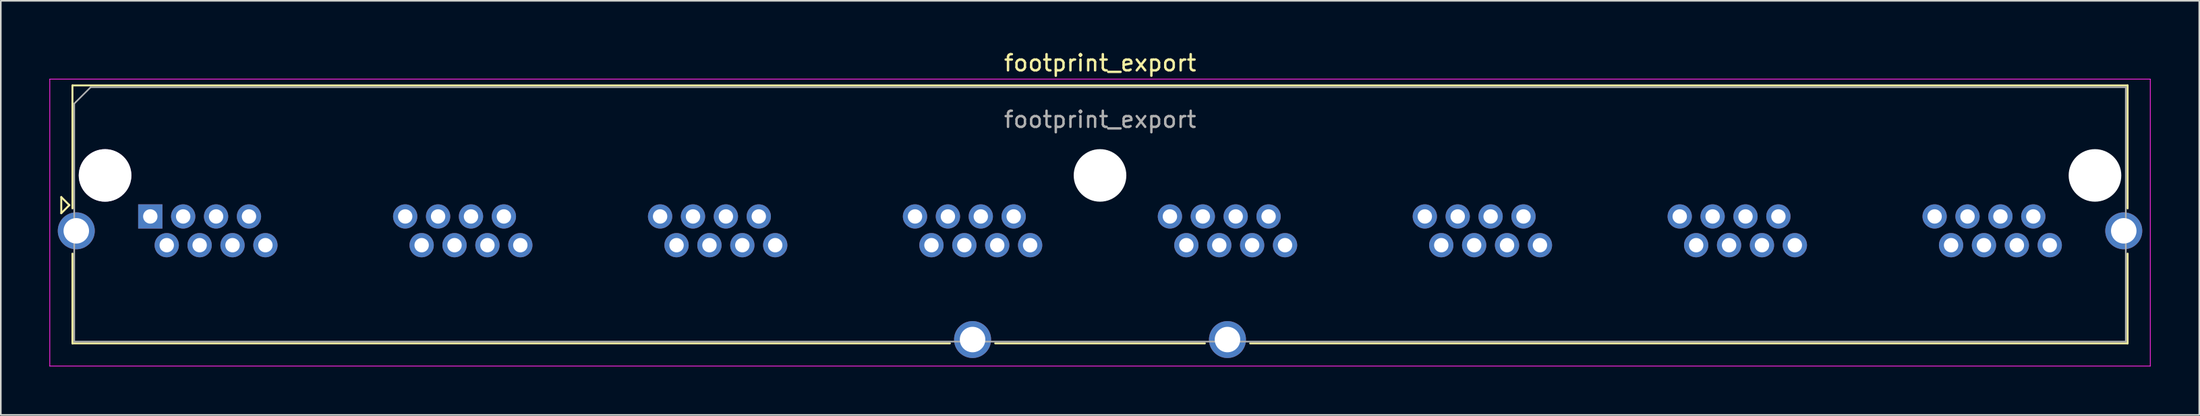
<source format=kicad_pcb>
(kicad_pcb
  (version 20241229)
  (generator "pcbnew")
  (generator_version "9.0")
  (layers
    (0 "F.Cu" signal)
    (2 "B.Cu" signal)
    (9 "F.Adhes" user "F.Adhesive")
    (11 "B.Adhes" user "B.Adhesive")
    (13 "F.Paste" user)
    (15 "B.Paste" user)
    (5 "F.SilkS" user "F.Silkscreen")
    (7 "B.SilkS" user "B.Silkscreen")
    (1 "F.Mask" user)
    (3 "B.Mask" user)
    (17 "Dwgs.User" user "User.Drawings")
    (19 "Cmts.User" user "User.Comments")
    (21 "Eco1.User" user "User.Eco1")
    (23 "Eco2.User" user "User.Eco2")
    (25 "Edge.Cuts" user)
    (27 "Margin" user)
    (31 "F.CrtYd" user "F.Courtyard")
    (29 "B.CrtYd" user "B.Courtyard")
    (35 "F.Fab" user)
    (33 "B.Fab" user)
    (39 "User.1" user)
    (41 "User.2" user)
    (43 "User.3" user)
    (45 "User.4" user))
  (footprint "footprint_export"
    (layer "F.Cu")
    (at 6.235 10.348)
    (property "Reference" "footprint_export" (at 58.68 -9.5 0) (layer "F.SilkS") (effects (font (size 1 1) (thickness 0.15))))
    (attr through_hole)
    (fp_line (start -5.5 -1.2) (end -5 -0.7) (stroke (width 0.12) (type solid)) (layer "F.SilkS"))
    (fp_line (start -5.5 -0.2) (end -5.5 -1.2) (stroke (width 0.12) (type solid)) (layer "F.SilkS"))
    (fp_line (start -5 -0.7) (end -5.5 -0.2) (stroke (width 0.12) (type solid)) (layer "F.SilkS"))
    (fp_line (start -4.809 -8.111) (end -4.809 -0.5) (stroke (width 0.12) (type solid)) (layer "F.SilkS"))
    (fp_line (start -4.809 7.857) (end 49.4 7.857) (stroke (width 0.12) (type solid)) (layer "F.SilkS"))
    (fp_line (start -4.809 7.86) (end -4.809 2.3) (stroke (width 0.12) (type solid)) (layer "F.SilkS"))
    (fp_line (start -4.805 -8.111) (end 122.157 -8.111) (stroke (width 0.12) (type solid)) (layer "F.SilkS"))
    (fp_line (start 52.2 7.857) (end 65.15 7.857) (stroke (width 0.12) (type solid)) (layer "F.SilkS"))
    (fp_line (start 67.95 7.857) (end 122.157 7.857) (stroke (width 0.12) (type solid)) (layer "F.SilkS"))
    (fp_line (start 122.157 -8.111) (end 122.157 -0.5) (stroke (width 0.12) (type solid)) (layer "F.SilkS"))
    (fp_line (start 122.157 7.857) (end 122.157 2.3) (stroke (width 0.12) (type solid)) (layer "F.SilkS"))
    (fp_line (start -6.21 -8.5) (end -6.21 9.26) (stroke (width 0.05) (type solid)) (layer "F.CrtYd"))
    (fp_line (start -6.21 -8.5) (end 123.56 -8.5) (stroke (width 0.05) (type solid)) (layer "F.CrtYd"))
    (fp_line (start -6.21 9.26) (end 123.56 9.26) (stroke (width 0.05) (type solid)) (layer "F.CrtYd"))
    (fp_line (start 123.56 -8.5) (end 123.56 9.26) (stroke (width 0.05) (type solid)) (layer "F.CrtYd"))
    (fp_line (start -4.699 -6.985) (end -4.699 7.747) (stroke (width 0.1) (type solid)) (layer "F.Fab"))
    (fp_line (start -4.699 -6.985) (end -3.683 -8.001) (stroke (width 0.1) (type solid)) (layer "F.Fab"))
    (fp_line (start -4.699 7.747) (end 122.047 7.747) (stroke (width 0.1) (type solid)) (layer "F.Fab"))
    (fp_line (start -3.683 -8.001) (end 122.047 -8.001) (stroke (width 0.1) (type solid)) (layer "F.Fab"))
    (fp_line (start 122.047 -8) (end 122.047 7.75) (stroke (width 0.1) (type solid)) (layer "F.Fab"))
    (fp_text user "${REFERENCE}" (at 58.68 -6 0) (layer "F.Fab") (effects (font (size 1 1) (thickness 0.15))))
    (pad "" np_thru_hole circle (at -2.794 -2.54) (size 3.251 3.251) (drill 3.25) (layers "*.Cu" "*.Mask"))
    (pad "" np_thru_hole circle (at 58.674 -2.54) (size 3.251 3.251) (drill 3.251) (layers "*.Cu" "*.Mask"))
    (pad "" np_thru_hole circle (at 120.142 -2.54) (size 3.251 3.251) (drill 3.251) (layers "*.Cu" "*.Mask"))
    (pad "1" thru_hole rect (at 0 0) (size 1.499 1.499) (drill 0.889) (layers "*.Cu" "*.Mask"))
    (pad "2" thru_hole circle (at 1.016 1.778) (size 1.499 1.499) (drill 0.889) (layers "*.Cu" "*.Mask"))
    (pad "3" thru_hole circle (at 2.032 0) (size 1.499 1.499) (drill 0.889) (layers "*.Cu" "*.Mask"))
    (pad "4" thru_hole circle (at 3.048 1.778) (size 1.499 1.499) (drill 0.889) (layers "*.Cu" "*.Mask"))
    (pad "5" thru_hole circle (at 4.064 0) (size 1.499 1.499) (drill 0.889) (layers "*.Cu" "*.Mask"))
    (pad "6" thru_hole circle (at 5.08 1.778) (size 1.499 1.499) (drill 0.889) (layers "*.Cu" "*.Mask"))
    (pad "7" thru_hole circle (at 6.096 0) (size 1.499 1.499) (drill 0.889) (layers "*.Cu" "*.Mask"))
    (pad "8" thru_hole circle (at 7.112 1.778) (size 1.499 1.499) (drill 0.889) (layers "*.Cu" "*.Mask"))
    (pad "9" thru_hole circle (at 15.748 0) (size 1.499 1.499) (drill 0.889) (layers "*.Cu" "*.Mask"))
    (pad "10" thru_hole circle (at 16.764 1.778) (size 1.499 1.499) (drill 0.889) (layers "*.Cu" "*.Mask"))
    (pad "11" thru_hole circle (at 17.78 0) (size 1.499 1.499) (drill 0.889) (layers "*.Cu" "*.Mask"))
    (pad "12" thru_hole circle (at 18.796 1.778) (size 1.499 1.499) (drill 0.889) (layers "*.Cu" "*.Mask"))
    (pad "13" thru_hole circle (at 19.812 0) (size 1.499 1.499) (drill 0.889) (layers "*.Cu" "*.Mask"))
    (pad "14" thru_hole circle (at 20.828 1.778) (size 1.499 1.499) (drill 0.889) (layers "*.Cu" "*.Mask"))
    (pad "15" thru_hole circle (at 21.844 0) (size 1.499 1.499) (drill 0.889) (layers "*.Cu" "*.Mask"))
    (pad "16" thru_hole circle (at 22.86 1.778) (size 1.499 1.499) (drill 0.889) (layers "*.Cu" "*.Mask"))
    (pad "17" thru_hole circle (at 31.496 0) (size 1.499 1.499) (drill 0.889) (layers "*.Cu" "*.Mask"))
    (pad "18" thru_hole circle (at 32.512 1.778) (size 1.499 1.499) (drill 0.889) (layers "*.Cu" "*.Mask"))
    (pad "19" thru_hole circle (at 33.528 0) (size 1.499 1.499) (drill 0.889) (layers "*.Cu" "*.Mask"))
    (pad "20" thru_hole circle (at 34.544 1.778) (size 1.499 1.499) (drill 0.889) (layers "*.Cu" "*.Mask"))
    (pad "21" thru_hole circle (at 35.56 0) (size 1.499 1.499) (drill 0.889) (layers "*.Cu" "*.Mask"))
    (pad "22" thru_hole circle (at 36.576 1.778) (size 1.499 1.499) (drill 0.889) (layers "*.Cu" "*.Mask"))
    (pad "23" thru_hole circle (at 37.592 0) (size 1.499 1.499) (drill 0.889) (layers "*.Cu" "*.Mask"))
    (pad "24" thru_hole circle (at 38.608 1.778) (size 1.499 1.499) (drill 0.889) (layers "*.Cu" "*.Mask"))
    (pad "25" thru_hole circle (at 47.244 0) (size 1.499 1.499) (drill 0.889) (layers "*.Cu" "*.Mask"))
    (pad "26" thru_hole circle (at 48.26 1.778) (size 1.499 1.499) (drill 0.889) (layers "*.Cu" "*.Mask"))
    (pad "27" thru_hole circle (at 49.276 0) (size 1.499 1.499) (drill 0.889) (layers "*.Cu" "*.Mask"))
    (pad "28" thru_hole circle (at 50.292 1.778) (size 1.499 1.499) (drill 0.889) (layers "*.Cu" "*.Mask"))
    (pad "29" thru_hole circle (at 51.308 0) (size 1.499 1.499) (drill 0.889) (layers "*.Cu" "*.Mask"))
    (pad "30" thru_hole circle (at 52.324 1.778) (size 1.499 1.499) (drill 0.889) (layers "*.Cu" "*.Mask"))
    (pad "31" thru_hole circle (at 53.34 0) (size 1.499 1.499) (drill 0.889) (layers "*.Cu" "*.Mask"))
    (pad "32" thru_hole circle (at 54.356 1.778) (size 1.499 1.499) (drill 0.889) (layers "*.Cu" "*.Mask"))
    (pad "33" thru_hole circle (at 62.992 0) (size 1.499 1.499) (drill 0.889) (layers "*.Cu" "*.Mask"))
    (pad "34" thru_hole circle (at 64.008 1.778) (size 1.499 1.499) (drill 0.889) (layers "*.Cu" "*.Mask"))
    (pad "35" thru_hole circle (at 65.024 0) (size 1.499 1.499) (drill 0.889) (layers "*.Cu" "*.Mask"))
    (pad "36" thru_hole circle (at 66.04 1.778) (size 1.499 1.499) (drill 0.889) (layers "*.Cu" "*.Mask"))
    (pad "37" thru_hole circle (at 67.056 0) (size 1.499 1.499) (drill 0.889) (layers "*.Cu" "*.Mask"))
    (pad "38" thru_hole circle (at 68.072 1.778) (size 1.499 1.499) (drill 0.889) (layers "*.Cu" "*.Mask"))
    (pad "39" thru_hole circle (at 69.088 0) (size 1.499 1.499) (drill 0.889) (layers "*.Cu" "*.Mask"))
    (pad "40" thru_hole circle (at 70.104 1.778) (size 1.499 1.499) (drill 0.889) (layers "*.Cu" "*.Mask"))
    (pad "41" thru_hole circle (at 78.74 0) (size 1.499 1.499) (drill 0.889) (layers "*.Cu" "*.Mask"))
    (pad "42" thru_hole circle (at 79.756 1.778) (size 1.499 1.499) (drill 0.889) (layers "*.Cu" "*.Mask"))
    (pad "43" thru_hole circle (at 80.772 0) (size 1.499 1.499) (drill 0.889) (layers "*.Cu" "*.Mask"))
    (pad "44" thru_hole circle (at 81.788 1.778) (size 1.499 1.499) (drill 0.889) (layers "*.Cu" "*.Mask"))
    (pad "45" thru_hole circle (at 82.804 0) (size 1.499 1.499) (drill 0.889) (layers "*.Cu" "*.Mask"))
    (pad "46" thru_hole circle (at 83.82 1.778) (size 1.499 1.499) (drill 0.889) (layers "*.Cu" "*.Mask"))
    (pad "47" thru_hole circle (at 84.836 0) (size 1.499 1.499) (drill 0.889) (layers "*.Cu" "*.Mask"))
    (pad "48" thru_hole circle (at 85.852 1.778) (size 1.499 1.499) (drill 0.889) (layers "*.Cu" "*.Mask"))
    (pad "49" thru_hole circle (at 94.488 0) (size 1.499 1.499) (drill 0.889) (layers "*.Cu" "*.Mask"))
    (pad "50" thru_hole circle (at 95.504 1.778) (size 1.499 1.499) (drill 0.889) (layers "*.Cu" "*.Mask"))
    (pad "51" thru_hole circle (at 96.52 0) (size 1.499 1.499) (drill 0.889) (layers "*.Cu" "*.Mask"))
    (pad "52" thru_hole circle (at 97.536 1.778) (size 1.499 1.499) (drill 0.889) (layers "*.Cu" "*.Mask"))
    (pad "53" thru_hole circle (at 98.552 0) (size 1.499 1.499) (drill 0.889) (layers "*.Cu" "*.Mask"))
    (pad "54" thru_hole circle (at 99.568 1.778) (size 1.499 1.499) (drill 0.889) (layers "*.Cu" "*.Mask"))
    (pad "55" thru_hole circle (at 100.584 0) (size 1.499 1.499) (drill 0.889) (layers "*.Cu" "*.Mask"))
    (pad "56" thru_hole circle (at 101.6 1.778) (size 1.499 1.499) (drill 0.889) (layers "*.Cu" "*.Mask"))
    (pad "57" thru_hole circle (at 110.236 0) (size 1.499 1.499) (drill 0.889) (layers "*.Cu" "*.Mask"))
    (pad "58" thru_hole circle (at 111.252 1.778) (size 1.499 1.499) (drill 0.889) (layers "*.Cu" "*.Mask"))
    (pad "59" thru_hole circle (at 112.268 0) (size 1.499 1.499) (drill 0.889) (layers "*.Cu" "*.Mask"))
    (pad "60" thru_hole circle (at 113.284 1.778) (size 1.499 1.499) (drill 0.889) (layers "*.Cu" "*.Mask"))
    (pad "61" thru_hole circle (at 114.3 0) (size 1.499 1.499) (drill 0.889) (layers "*.Cu" "*.Mask"))
    (pad "62" thru_hole circle (at 115.316 1.778) (size 1.499 1.499) (drill 0.89) (layers "*.Cu" "*.Mask"))
    (pad "63" thru_hole circle (at 116.332 0) (size 1.499 1.499) (drill 0.889) (layers "*.Cu" "*.Mask"))
    (pad "64" thru_hole circle (at 117.348 1.778) (size 1.499 1.499) (drill 0.889) (layers "*.Cu" "*.Mask"))
    (pad "SH" thru_hole circle (at -4.572 0.889) (size 2.286 2.286) (drill 1.575) (layers "*.Cu" "*.Mask"))
    (pad "SH" thru_hole circle (at 50.8 7.62) (size 2.286 2.286) (drill 1.575) (layers "*.Cu" "*.Mask"))
    (pad "SH" thru_hole circle (at 66.548 7.62) (size 2.286 2.286) (drill 1.575) (layers "*.Cu" "*.Mask"))
    (pad "SH" thru_hole circle (at 121.92 0.889) (size 2.286 2.286) (drill 1.575) (layers "*.Cu" "*.Mask")))
  (gr_rect
    (start -3 -3)
    (end 132.82 22.633)
    (stroke (width 0.1) (type default))
    (fill no)
    (layer "Edge.Cuts")))
</source>
